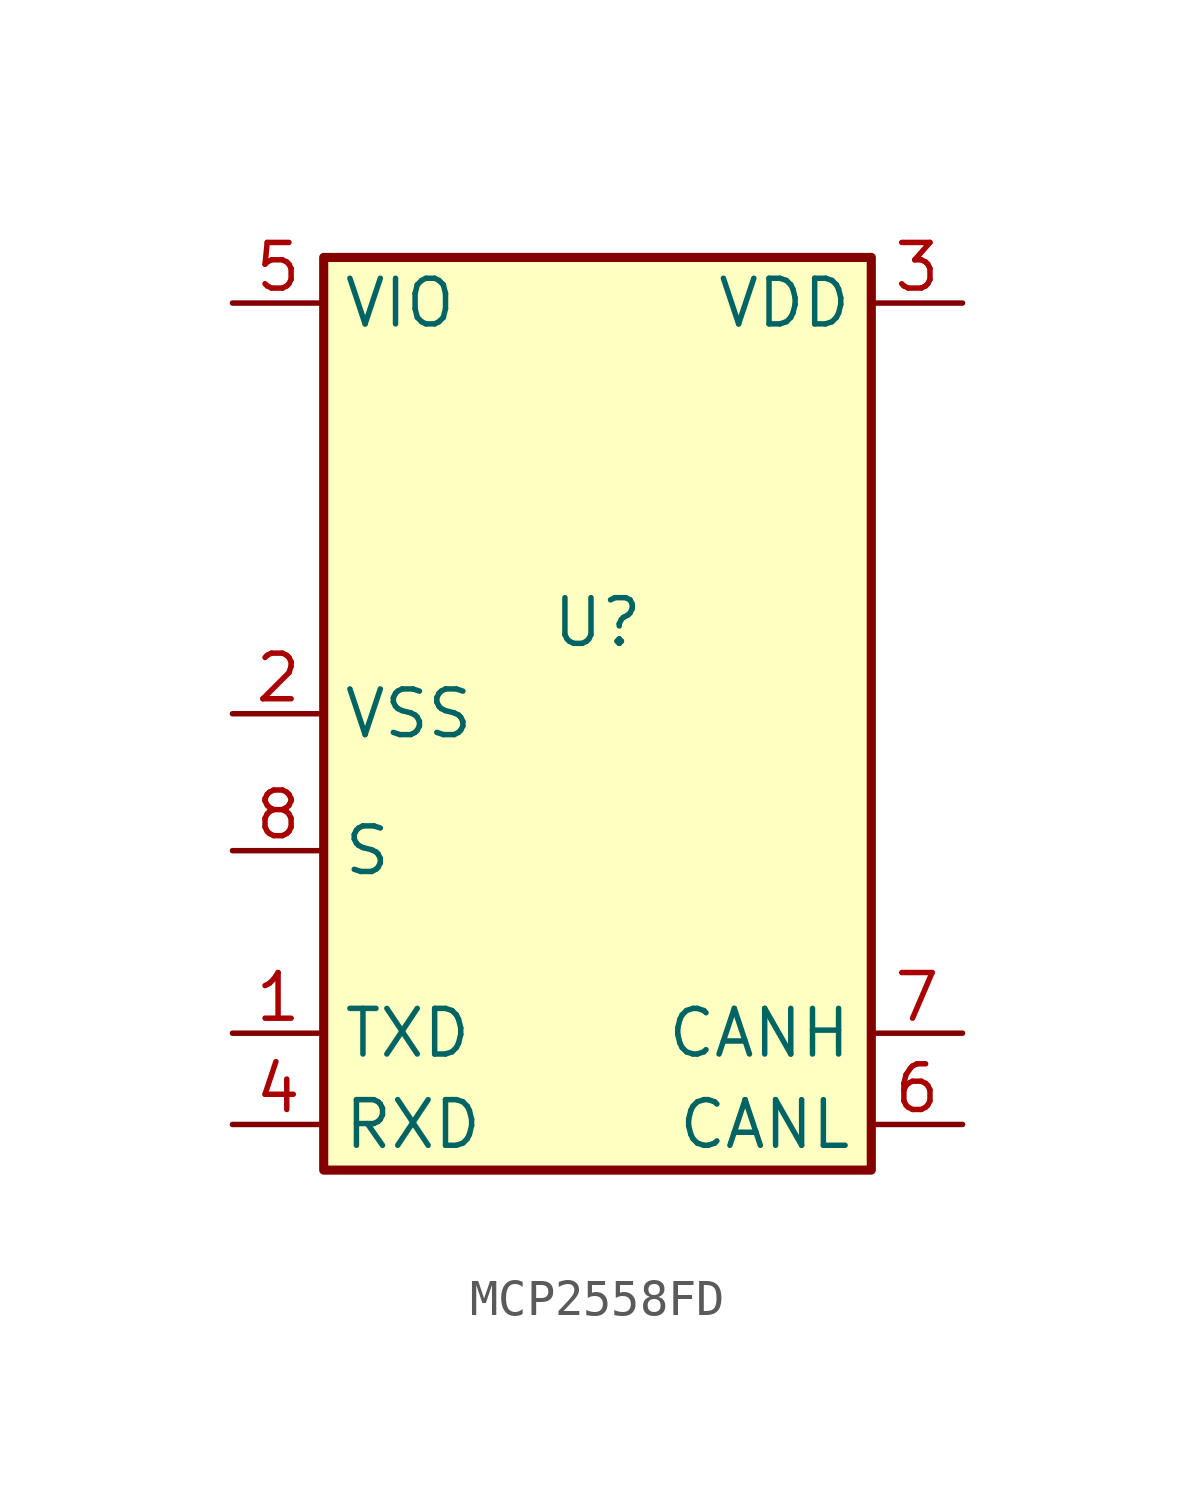
<source format=kicad_sym>
(kicad_symbol_lib
  (version 20231120)
  (generator "kicad_symbol_editor")
  (generator_version "8.0")
  (symbol "MCP2558FD"
    (property "Reference" "U"
      (at 10.16 13.97 0)
      (effects (font (size 1.27 1.27))))
    (property "Value" ""
      (at 10.16 13.97 0)
      (effects (font (size 1.27 1.27))))
    (symbol "MCP2558FD_1_1"
      (rectangle (start 2.54 24.13) (end 17.78 -1.27) (stroke (width 0.254) (type default)) (fill (type background)))
      (pin input line (at 0 2.54 0) (length 2.54) (name "TXD" (effects (font (size 1.27 1.27)))) (number "1" (effects (font (size 1.27 1.27)))))
      (pin input line (at 0 11.43 0) (length 2.54) (name "VSS" (effects (font (size 1.27 1.27)))) (number "2" (effects (font (size 1.27 1.27)))))
      (pin input line (at 20.32 22.86 180) (length 2.54) (name "VDD" (effects (font (size 1.27 1.27)))) (number "3" (effects (font (size 1.27 1.27)))))
      (pin input line (at 0 0 0) (length 2.54) (name "RXD" (effects (font (size 1.27 1.27)))) (number "4" (effects (font (size 1.27 1.27)))))
      (pin input line (at 0 22.86 0) (length 2.54) (name "VIO" (effects (font (size 1.27 1.27)))) (number "5" (effects (font (size 1.27 1.27)))))
      (pin input line (at 20.32 0 180) (length 2.54) (name "CANL" (effects (font (size 1.27 1.27)))) (number "6" (effects (font (size 1.27 1.27)))))
      (pin input line (at 20.32 2.54 180) (length 2.54) (name "CANH" (effects (font (size 1.27 1.27)))) (number "7" (effects (font (size 1.27 1.27)))))
      (pin input line (at 0 7.62 0) (length 2.54) (name "S" (effects (font (size 1.27 1.27)))) (number "8" (effects (font (size 1.27 1.27))))))))
</source>
